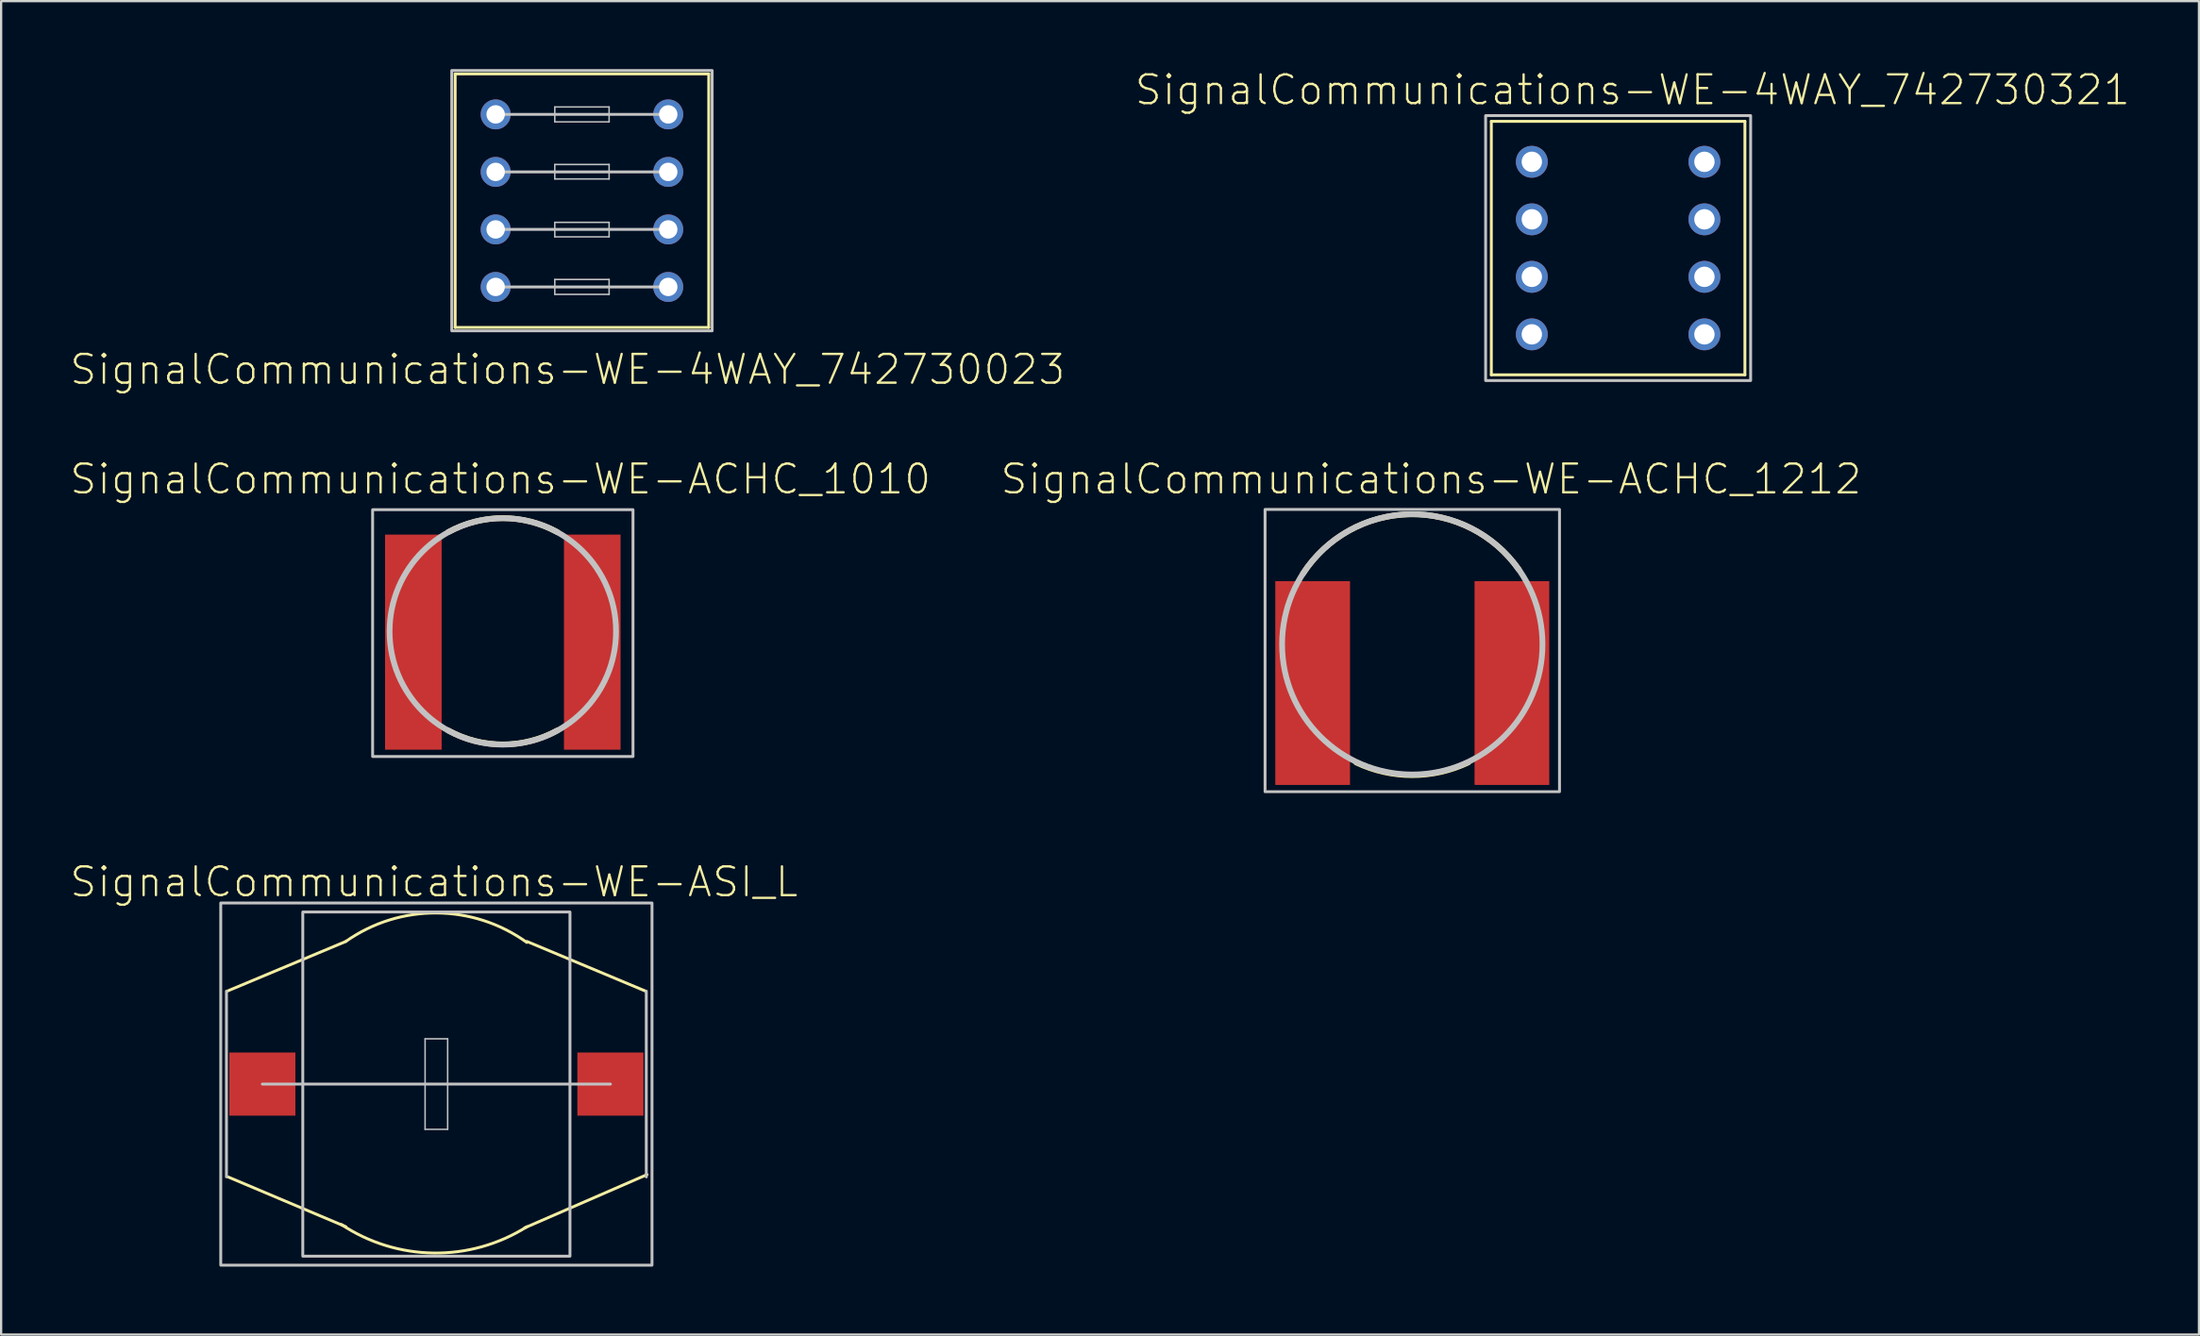
<source format=kicad_pcb>
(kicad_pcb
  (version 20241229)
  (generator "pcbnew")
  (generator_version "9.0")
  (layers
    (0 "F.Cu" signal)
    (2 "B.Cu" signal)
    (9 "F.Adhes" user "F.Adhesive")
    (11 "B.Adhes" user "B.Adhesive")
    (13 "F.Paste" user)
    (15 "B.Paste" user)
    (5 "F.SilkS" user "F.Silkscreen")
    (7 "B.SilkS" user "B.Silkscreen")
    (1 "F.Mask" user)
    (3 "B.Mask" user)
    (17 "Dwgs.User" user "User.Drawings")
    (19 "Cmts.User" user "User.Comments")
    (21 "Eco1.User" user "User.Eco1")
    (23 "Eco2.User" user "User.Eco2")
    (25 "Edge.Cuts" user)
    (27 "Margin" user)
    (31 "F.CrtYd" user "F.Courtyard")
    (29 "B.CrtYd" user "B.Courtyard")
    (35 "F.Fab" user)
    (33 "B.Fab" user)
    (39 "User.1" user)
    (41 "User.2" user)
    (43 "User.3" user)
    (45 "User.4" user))
  (footprint "SignalCommunications-WE-ACHC_1212"
    (layer "F.Cu")
    (at 59.302 27.116)
    (property "Reference" "SignalCommunications-WE-ACHC_1212" (at 0.833 -9.007 0) (layer "F.SilkS") (effects (font (size 1.27 1.27) (thickness 0.102))))
    (attr smd)
    (fp_arc (start -4.82854 -4.82854) (mid -0.110006 -7.454412) (end 4.705511 -5.010938) (stroke (width 0.254) (type solid)) (layer "F.SilkS"))
    (fp_arc (start 2.46888 3.50774) (mid 0.000218 4.066455) (end -2.46898 3.51011) (stroke (width 0.254) (type solid)) (layer "F.SilkS"))
    (fp_circle (center 0 -1.709) (end 0 -7.457) (stroke (width 0.254) (type solid)) (fill no) (layer "Dwgs.User"))
    (fp_poly (pts (xy -6.5 -7.668) (xy 6.5 -7.668) (xy 6.5 4.798) (xy -6.5 4.798) (xy -6.5 -7.668)) (stroke (width 0.127) (type solid)) (fill no) (layer "Dwgs.User"))
    (pad "1" smd rect (at -4.399 0 90) (size 8.999 3.299) (layers "F.Cu" "F.Mask" "F.Paste"))
    (pad "2" smd rect (at 4.399 0 90) (size 8.999 3.299) (layers "F.Cu" "F.Mask" "F.Paste")))
  (footprint "SignalCommunications-WE-4WAY_742730321"
    (layer "F.Cu")
    (at 68.39 7.906)
    (property "Reference" "SignalCommunications-WE-4WAY_742730321" (at 0.635 -6.985 0) (layer "F.SilkS") (effects (font (size 1.27 1.27) (thickness 0.102))))
    (attr exclude_from_pos_files exclude_from_bom)
    (fp_line (start -5.598 -5.598) (end 5.598 -5.598) (stroke (width 0.127) (type solid)) (layer "F.SilkS"))
    (fp_line (start -5.598 5.598) (end -5.598 -5.598) (stroke (width 0.127) (type solid)) (layer "F.SilkS"))
    (fp_line (start 5.598 -5.598) (end 5.598 5.598) (stroke (width 0.127) (type solid)) (layer "F.SilkS"))
    (fp_line (start 5.598 5.598) (end -5.598 5.598) (stroke (width 0.127) (type solid)) (layer "F.SilkS"))
    (fp_poly (pts (xy -5.85 -5.85) (xy 5.85 -5.85) (xy 5.85 5.85) (xy -5.85 5.85) (xy -5.85 -5.85)) (stroke (width 0.127) (type solid)) (fill no) (layer "Dwgs.User"))
    (pad "1" thru_hole circle (at -3.81 -3.81) (size 1.407 1.407) (drill 0.899) (layers "*.Cu" "*.Paste" "*.Mask"))
    (pad "2" thru_hole circle (at 3.81 -3.81) (size 1.407 1.407) (drill 0.899) (layers "*.Cu" "*.Paste" "*.Mask"))
    (pad "3" thru_hole circle (at -3.81 -1.27) (size 1.407 1.407) (drill 0.899) (layers "*.Cu" "*.Paste" "*.Mask"))
    (pad "4" thru_hole circle (at 3.81 -1.27) (size 1.407 1.407) (drill 0.899) (layers "*.Cu" "*.Paste" "*.Mask"))
    (pad "5" thru_hole circle (at -3.81 1.27) (size 1.407 1.407) (drill 0.899) (layers "*.Cu" "*.Paste" "*.Mask"))
    (pad "6" thru_hole circle (at 3.81 1.27) (size 1.407 1.407) (drill 0.899) (layers "*.Cu" "*.Paste" "*.Mask"))
    (pad "7" thru_hole circle (at -3.81 3.81) (size 1.407 1.407) (drill 0.899) (layers "*.Cu" "*.Paste" "*.Mask"))
    (pad "8" thru_hole circle (at 3.81 3.81) (size 1.407 1.407) (drill 0.899) (layers "*.Cu" "*.Paste" "*.Mask")))
  (footprint "SignalCommunications-WE-ACHC_1010"
    (layer "F.Cu")
    (at 19.149 25.31)
    (property "Reference" "SignalCommunications-WE-ACHC_1010" (at -0.104 -7.201 0) (layer "F.SilkS") (effects (font (size 1.27 1.27) (thickness 0.102))))
    (attr smd)
    (fp_arc (start -2.40792 -4.85902) (mid 0.000728 -5.477082) (end 2.409195 -4.858319) (stroke (width 0.254) (type solid)) (layer "F.SilkS"))
    (fp_arc (start 2.40792 3.8989) (mid 0.00172 4.51759) (end -2.404906 3.900557) (stroke (width 0.254) (type solid)) (layer "F.SilkS"))
    (fp_circle (center 0 -0.475) (end 0 -5.474) (stroke (width 0.254) (type solid)) (fill no) (layer "Dwgs.User"))
    (fp_poly (pts (xy -5.748 -5.85) (xy 5.748 -5.85) (xy 5.748 5.05) (xy -5.748 5.05) (xy -5.748 -5.85)) (stroke (width 0.127) (type solid)) (fill no) (layer "Dwgs.User"))
    (pad "1" smd rect (at -3.95 0 90) (size 9.5 2.499) (layers "F.Cu" "F.Mask" "F.Paste"))
    (pad "2" smd rect (at 3.95 0 90) (size 9.5 2.499) (layers "F.Cu" "F.Mask" "F.Paste")))
  (footprint "SignalCommunications-WE-ASI_L"
    (layer "F.Cu")
    (at 16.216 44.827)
    (property "Reference" "SignalCommunications-WE-ASI_L" (at -0.104 -8.928 0) (layer "F.SilkS") (effects (font (size 1.27 1.27) (thickness 0.102))))
    (attr smd)
    (fp_line (start -9.248 -4.1) (end -3.998 -6.299) (stroke (width 0.127) (type solid)) (layer "F.SilkS"))
    (fp_line (start -9.2 4.1) (end -3.998 6.299) (stroke (width 0.127) (type solid)) (layer "F.SilkS"))
    (fp_line (start 9.248 -4.1) (end 3.998 -6.299) (stroke (width 0.127) (type solid)) (layer "F.SilkS"))
    (fp_line (start 9.299 3.998) (end 3.899 6.35) (stroke (width 0.127) (type solid)) (layer "F.SilkS"))
    (fp_arc (start -3.99796 -6.2992) (mid 0.006154 -7.555848) (end 3.995704 -6.253703) (stroke (width 0.127) (type solid)) (layer "F.SilkS"))
    (fp_arc (start 3.99796 6.2992) (mid -0.113668 7.461458) (end -4.196083 6.200418) (stroke (width 0.127) (type solid)) (layer "F.SilkS"))
    (fp_line (start -9.268 4.1) (end -9.268 -4.1) (stroke (width 0.127) (type solid)) (layer "Dwgs.User"))
    (fp_line (start -7.684 0) (end 7.684 0) (stroke (width 0.127) (type solid)) (layer "Dwgs.User"))
    (fp_line (start -0.498 -1.999) (end 0.498 -1.999) (stroke (width 0.066) (type solid)) (layer "Dwgs.User"))
    (fp_line (start -0.498 1.999) (end -0.498 -1.999) (stroke (width 0.066) (type solid)) (layer "Dwgs.User"))
    (fp_line (start -0.498 1.999) (end 0.498 1.999) (stroke (width 0.066) (type solid)) (layer "Dwgs.User"))
    (fp_line (start 0.498 1.999) (end 0.498 -1.999) (stroke (width 0.066) (type solid)) (layer "Dwgs.User"))
    (fp_line (start 9.268 4.1) (end 9.268 -4.1) (stroke (width 0.127) (type solid)) (layer "Dwgs.User"))
    (fp_poly (pts (xy 5.898 -7.6) (xy 5.898 7.6) (xy -5.898 7.6) (xy -5.898 -7.6) (xy 5.898 -7.6)) (stroke (width 0.127) (type solid)) (fill no) (layer "Dwgs.User"))
    (fp_poly (pts (xy 9.52 -7.998) (xy 9.52 7.998) (xy -9.52 7.998) (xy -9.52 -7.998) (xy 9.52 -7.998)) (stroke (width 0.127) (type solid)) (fill no) (layer "Dwgs.User"))
    (pad "1" smd rect (at -7.684 0 90) (size 2.789 2.918) (layers "F.Cu" "F.Mask" "F.Paste"))
    (pad "2" smd rect (at 7.684 0 90) (size 2.789 2.918) (layers "F.Cu" "F.Mask" "F.Paste")))
  (footprint "SignalCommunications-WE-4WAY_742730023"
    (layer "F.Cu")
    (at 22.643 5.812)
    (property "Reference" "SignalCommunications-WE-4WAY_742730023" (at -0.635 7.455 0) (layer "F.SilkS") (effects (font (size 1.27 1.27) (thickness 0.102))))
    (attr exclude_from_pos_files exclude_from_bom)
    (fp_line (start -5.598 -5.598) (end -5.598 5.598) (stroke (width 0.127) (type solid)) (layer "F.SilkS"))
    (fp_line (start -5.598 5.598) (end 5.598 5.598) (stroke (width 0.127) (type solid)) (layer "F.SilkS"))
    (fp_line (start 5.598 -5.598) (end -5.598 -5.598) (stroke (width 0.127) (type solid)) (layer "F.SilkS"))
    (fp_line (start 5.598 5.598) (end 5.598 -5.598) (stroke (width 0.127) (type solid)) (layer "F.SilkS"))
    (fp_line (start -3.81 -3.81) (end 3.81 -3.81) (stroke (width 0.127) (type solid)) (layer "Dwgs.User"))
    (fp_line (start -3.81 -1.27) (end 3.81 -1.27) (stroke (width 0.127) (type solid)) (layer "Dwgs.User"))
    (fp_line (start -3.81 1.27) (end 3.81 1.27) (stroke (width 0.127) (type solid)) (layer "Dwgs.User"))
    (fp_line (start -3.81 3.81) (end 3.81 3.81) (stroke (width 0.127) (type solid)) (layer "Dwgs.User"))
    (fp_line (start -1.199 -4.138) (end 1.199 -4.138) (stroke (width 0.066) (type solid)) (layer "Dwgs.User"))
    (fp_line (start -1.199 -3.48) (end -1.199 -4.138) (stroke (width 0.066) (type solid)) (layer "Dwgs.User"))
    (fp_line (start -1.199 -3.48) (end 1.199 -3.48) (stroke (width 0.066) (type solid)) (layer "Dwgs.User"))
    (fp_line (start -1.199 -1.598) (end 1.199 -1.598) (stroke (width 0.066) (type solid)) (layer "Dwgs.User"))
    (fp_line (start -1.199 -0.958) (end -1.199 -1.598) (stroke (width 0.066) (type solid)) (layer "Dwgs.User"))
    (fp_line (start -1.199 -0.958) (end 1.199 -0.958) (stroke (width 0.066) (type solid)) (layer "Dwgs.User"))
    (fp_line (start -1.199 0.958) (end 1.199 0.958) (stroke (width 0.066) (type solid)) (layer "Dwgs.User"))
    (fp_line (start -1.199 1.598) (end -1.199 0.958) (stroke (width 0.066) (type solid)) (layer "Dwgs.User"))
    (fp_line (start -1.199 1.598) (end 1.199 1.598) (stroke (width 0.066) (type solid)) (layer "Dwgs.User"))
    (fp_line (start -1.199 3.48) (end 1.199 3.48) (stroke (width 0.066) (type solid)) (layer "Dwgs.User"))
    (fp_line (start -1.199 4.138) (end -1.199 3.48) (stroke (width 0.066) (type solid)) (layer "Dwgs.User"))
    (fp_line (start -1.199 4.138) (end 1.199 4.138) (stroke (width 0.066) (type solid)) (layer "Dwgs.User"))
    (fp_line (start 1.199 -3.48) (end 1.199 -4.138) (stroke (width 0.066) (type solid)) (layer "Dwgs.User"))
    (fp_line (start 1.199 -0.958) (end 1.199 -1.598) (stroke (width 0.066) (type solid)) (layer "Dwgs.User"))
    (fp_line (start 1.199 1.598) (end 1.199 0.958) (stroke (width 0.066) (type solid)) (layer "Dwgs.User"))
    (fp_line (start 1.199 4.138) (end 1.199 3.48) (stroke (width 0.066) (type solid)) (layer "Dwgs.User"))
    (fp_poly (pts (xy -5.748 -5.748) (xy 5.748 -5.748) (xy 5.748 5.748) (xy -5.748 5.748) (xy -5.748 -5.748)) (stroke (width 0.127) (type solid)) (fill no) (layer "Dwgs.User"))
    (pad "1" thru_hole circle (at -3.81 -3.81) (size 1.321 1.321) (drill 0.813) (layers "*.Cu" "*.Paste" "*.Mask"))
    (pad "2" thru_hole circle (at 3.81 -3.81) (size 1.321 1.321) (drill 0.813) (layers "*.Cu" "*.Paste" "*.Mask"))
    (pad "3" thru_hole circle (at -3.81 -1.27) (size 1.321 1.321) (drill 0.813) (layers "*.Cu" "*.Paste" "*.Mask"))
    (pad "4" thru_hole circle (at 3.81 -1.27) (size 1.321 1.321) (drill 0.813) (layers "*.Cu" "*.Paste" "*.Mask"))
    (pad "5" thru_hole circle (at -3.81 1.27) (size 1.321 1.321) (drill 0.813) (layers "*.Cu" "*.Paste" "*.Mask"))
    (pad "6" thru_hole circle (at 3.81 1.27) (size 1.321 1.321) (drill 0.813) (layers "*.Cu" "*.Paste" "*.Mask"))
    (pad "7" thru_hole circle (at -3.81 3.81) (size 1.321 1.321) (drill 0.813) (layers "*.Cu" "*.Paste" "*.Mask"))
    (pad "8" thru_hole circle (at 3.81 3.81) (size 1.321 1.321) (drill 0.813) (layers "*.Cu" "*.Paste" "*.Mask")))
  (gr_rect
    (start -3 -3)
    (end 94.034 55.889)
    (stroke (width 0.1) (type default))
    (fill no)
    (layer "Edge.Cuts")))
</source>
